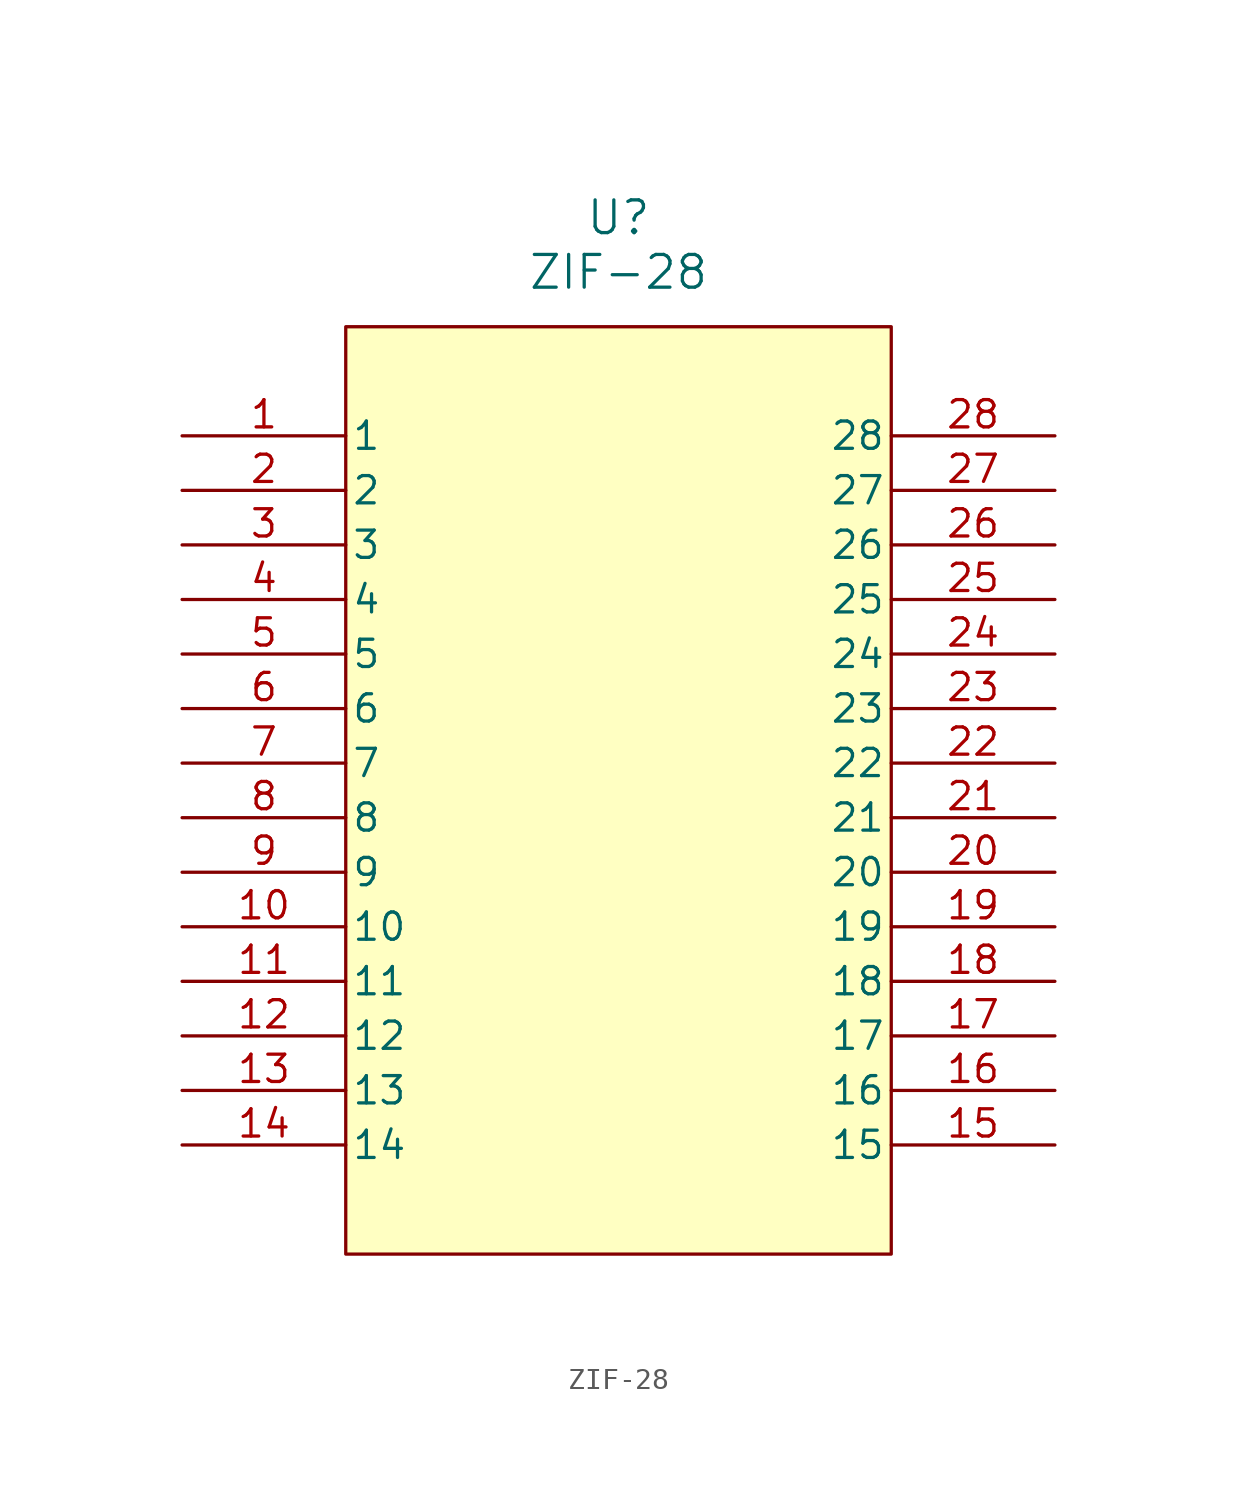
<source format=kicad_sym>
(kicad_symbol_lib
  (version 20241209)
  (generator "kicad_symbol_editor")
  (generator_version "9.0")
  (symbol "ZIF-28"
    (pin_names
      (offset 0.254))
    (property "Reference" "U"
      (at 20.32 10.16 0)
      (effects (font (size 1.524 1.524))))
    (property "Value" "ZIF-28"
      (at 20.32 7.62 0)
      (effects (font (size 1.524 1.524))))
    (property "ki_locked" ""
      (at 0 0 0)
      (effects (font (size 1.27 1.27))))
    (symbol "ZIF-28_0_1"
      (pin unspecified line (at 0 -10.16 0) (length 7.62) (name "5" (effects (font (size 1.27 1.27)))) (number "5" (effects (font (size 1.27 1.27)))))
      (pin unspecified line (at 0 -12.7 0) (length 7.62) (name "6" (effects (font (size 1.27 1.27)))) (number "6" (effects (font (size 1.27 1.27)))))
      (pin unspecified line (at 0 -15.24 0) (length 7.62) (name "7" (effects (font (size 1.27 1.27)))) (number "7" (effects (font (size 1.27 1.27)))))
      (pin unspecified line (at 0 -17.78 0) (length 7.62) (name "8" (effects (font (size 1.27 1.27)))) (number "8" (effects (font (size 1.27 1.27)))))
      (pin unspecified line (at 0 -20.32 0) (length 7.62) (name "9" (effects (font (size 1.27 1.27)))) (number "9" (effects (font (size 1.27 1.27)))))
      (pin unspecified line (at 0 -22.86 0) (length 7.62) (name "10" (effects (font (size 1.27 1.27)))) (number "10" (effects (font (size 1.27 1.27)))))
      (pin unspecified line (at 0 -25.4 0) (length 7.62) (name "11" (effects (font (size 1.27 1.27)))) (number "11" (effects (font (size 1.27 1.27)))))
      (pin unspecified line (at 0 -27.94 0) (length 7.62) (name "12" (effects (font (size 1.27 1.27)))) (number "12" (effects (font (size 1.27 1.27)))))
      (pin unspecified line (at 0 -30.48 0) (length 7.62) (name "13" (effects (font (size 1.27 1.27)))) (number "13" (effects (font (size 1.27 1.27)))))
      (pin unspecified line (at 0 -33.02 0) (length 7.62) (name "14" (effects (font (size 1.27 1.27)))) (number "14" (effects (font (size 1.27 1.27)))))
      (pin unspecified line (at 40.64 0 180) (length 7.62) (name "28" (effects (font (size 1.27 1.27)))) (number "28" (effects (font (size 1.27 1.27)))))
      (pin unspecified line (at 40.64 -2.54 180) (length 7.62) (name "27" (effects (font (size 1.27 1.27)))) (number "27" (effects (font (size 1.27 1.27)))))
      (pin unspecified line (at 40.64 -5.08 180) (length 7.62) (name "26" (effects (font (size 1.27 1.27)))) (number "26" (effects (font (size 1.27 1.27)))))
      (pin unspecified line (at 40.64 -7.62 180) (length 7.62) (name "25" (effects (font (size 1.27 1.27)))) (number "25" (effects (font (size 1.27 1.27)))))
      (pin unspecified line (at 40.64 -10.16 180) (length 7.62) (name "24" (effects (font (size 1.27 1.27)))) (number "24" (effects (font (size 1.27 1.27)))))
      (pin unspecified line (at 40.64 -12.7 180) (length 7.62) (name "23" (effects (font (size 1.27 1.27)))) (number "23" (effects (font (size 1.27 1.27)))))
      (pin unspecified line (at 40.64 -15.24 180) (length 7.62) (name "22" (effects (font (size 1.27 1.27)))) (number "22" (effects (font (size 1.27 1.27)))))
      (pin unspecified line (at 40.64 -17.78 180) (length 7.62) (name "21" (effects (font (size 1.27 1.27)))) (number "21" (effects (font (size 1.27 1.27)))))
      (pin unspecified line (at 40.64 -20.32 180) (length 7.62) (name "20" (effects (font (size 1.27 1.27)))) (number "20" (effects (font (size 1.27 1.27)))))
      (pin unspecified line (at 40.64 -22.86 180) (length 7.62) (name "19" (effects (font (size 1.27 1.27)))) (number "19" (effects (font (size 1.27 1.27)))))
      (pin unspecified line (at 40.64 -25.4 180) (length 7.62) (name "18" (effects (font (size 1.27 1.27)))) (number "18" (effects (font (size 1.27 1.27)))))
      (pin unspecified line (at 40.64 -27.94 180) (length 7.62) (name "17" (effects (font (size 1.27 1.27)))) (number "17" (effects (font (size 1.27 1.27)))))
      (pin unspecified line (at 40.64 -30.48 180) (length 7.62) (name "16" (effects (font (size 1.27 1.27)))) (number "16" (effects (font (size 1.27 1.27)))))
      (pin unspecified line (at 40.64 -33.02 180) (length 7.62) (name "15" (effects (font (size 1.27 1.27)))) (number "15" (effects (font (size 1.27 1.27))))))
    (symbol "ZIF-28_1_1"
      (rectangle (start 7.62 5.08) (end 33.02 -38.1) (stroke (width 0) (type solid)) (fill (type background)))
      (pin unspecified line (at 0 0 0) (length 7.62) (name "1" (effects (font (size 1.27 1.27)))) (number "1" (effects (font (size 1.27 1.27)))))
      (pin unspecified line (at 0 -2.54 0) (length 7.62) (name "2" (effects (font (size 1.27 1.27)))) (number "2" (effects (font (size 1.27 1.27)))))
      (pin unspecified line (at 0 -5.08 0) (length 7.62) (name "3" (effects (font (size 1.27 1.27)))) (number "3" (effects (font (size 1.27 1.27)))))
      (pin unspecified line (at 0 -7.62 0) (length 7.62) (name "4" (effects (font (size 1.27 1.27)))) (number "4" (effects (font (size 1.27 1.27))))))))
</source>
